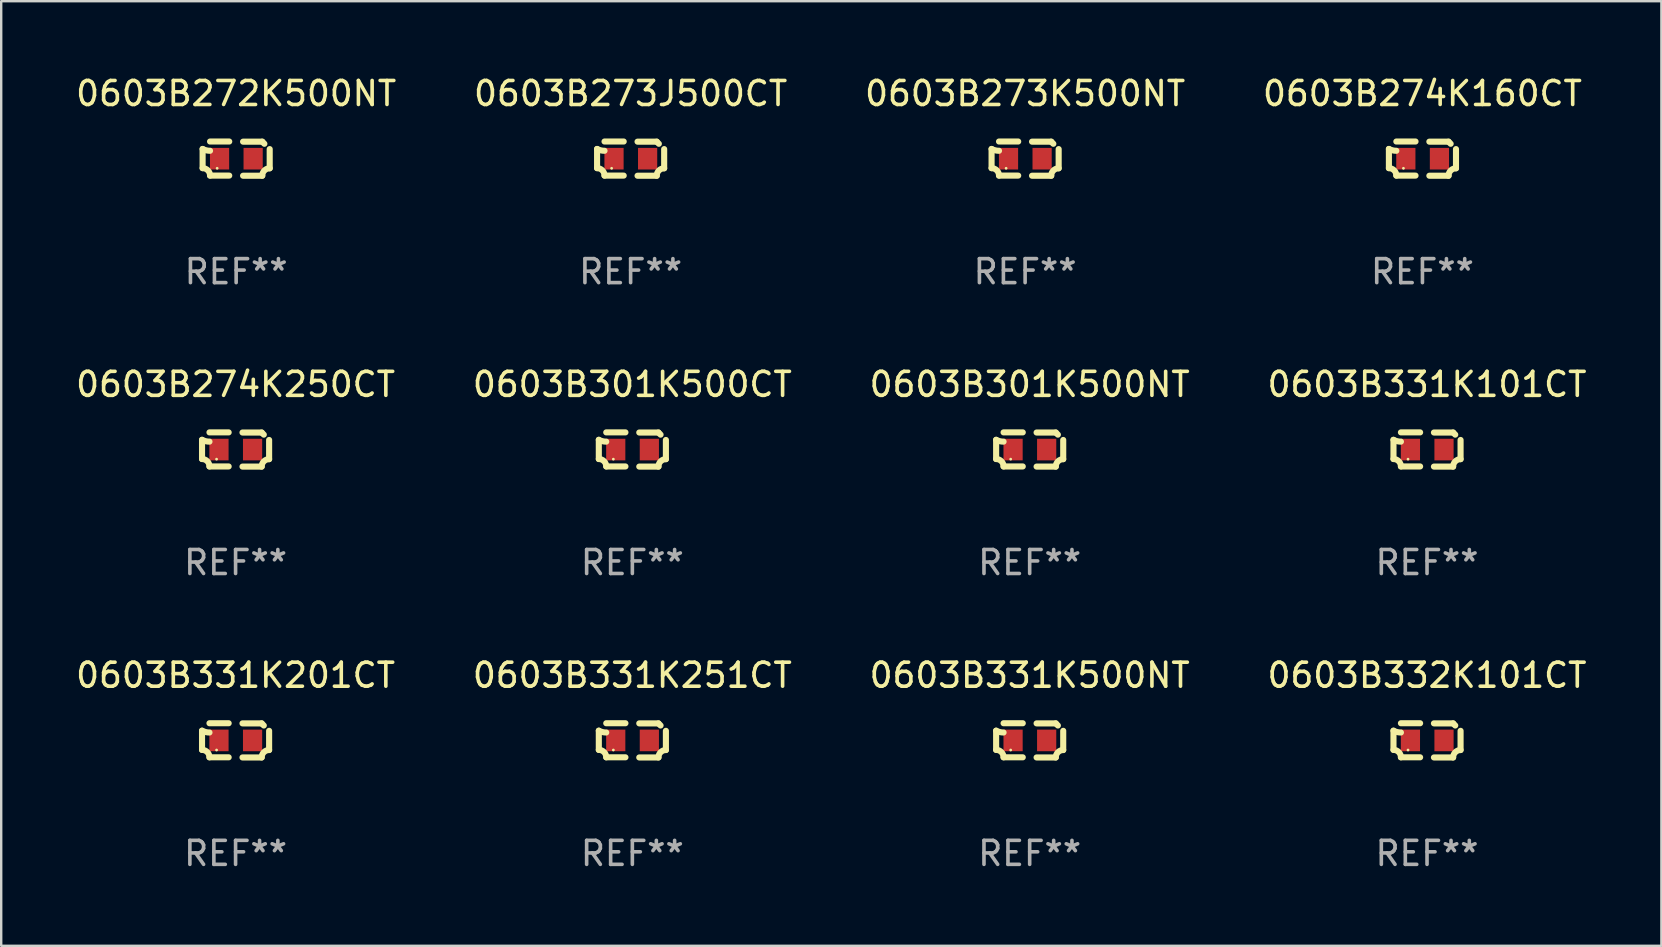
<source format=kicad_pcb>
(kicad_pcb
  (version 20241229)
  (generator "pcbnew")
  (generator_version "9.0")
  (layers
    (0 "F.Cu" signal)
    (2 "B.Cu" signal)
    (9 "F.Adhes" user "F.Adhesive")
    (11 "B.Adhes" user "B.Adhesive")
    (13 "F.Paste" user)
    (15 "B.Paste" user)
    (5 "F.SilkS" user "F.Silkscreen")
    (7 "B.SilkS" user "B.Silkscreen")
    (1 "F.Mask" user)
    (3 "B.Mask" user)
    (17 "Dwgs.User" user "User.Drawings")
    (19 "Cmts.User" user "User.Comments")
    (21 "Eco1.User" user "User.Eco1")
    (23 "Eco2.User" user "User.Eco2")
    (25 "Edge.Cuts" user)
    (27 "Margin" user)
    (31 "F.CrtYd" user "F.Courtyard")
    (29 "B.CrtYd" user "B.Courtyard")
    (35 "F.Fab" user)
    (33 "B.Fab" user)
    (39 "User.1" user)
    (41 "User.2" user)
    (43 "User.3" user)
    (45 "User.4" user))
  (footprint "0603B301K500CT"
    (layer "F.Cu")
    (at 23.304 15.683)
    (property "Reference" "0603B301K500CT" (at 0 -2.713 0) (layer "F.SilkS") (effects (font (size 1 1) (thickness 0.15))))
    (attr through_hole)
    (fp_line (start -1.398 -0.403) (end -1.398 0.397) (stroke (width 0.254) (type solid)) (layer "F.SilkS"))
    (fp_line (start -0.288 -0.713) (end -1.088 -0.713) (stroke (width 0.254) (type solid)) (layer "F.SilkS"))
    (fp_line (start -0.288 0.707) (end -1.088 0.707) (stroke (width 0.254) (type solid)) (layer "F.SilkS"))
    (fp_line (start 0.288 -0.707) (end 1.088 -0.707) (stroke (width 0.254) (type solid)) (layer "F.SilkS"))
    (fp_line (start 0.288 0.713) (end 1.088 0.713) (stroke (width 0.254) (type solid)) (layer "F.SilkS"))
    (fp_line (start 1.398 -0.397) (end 1.398 0.403) (stroke (width 0.254) (type solid)) (layer "F.SilkS"))
    (fp_arc (start -1.397789 0.397066) (mid -1.178701 0.487826) (end -1.08796 0.706922) (stroke (width 0.254001) (type solid)) (layer "F.SilkS"))
    (fp_arc (start -1.08796 -0.327176) (mid -1.247436 -0.346384) (end -1.39779 -0.402908) (stroke (width 0.254001) (type solid)) (layer "F.SilkS"))
    (fp_arc (start 1.087909 0.712738) (mid 1.178656 0.493655) (end 1.397739 0.402908) (stroke (width 0.254001) (type solid)) (layer "F.SilkS"))
    (fp_arc (start 1.175925 -0.618926) (mid 1.131917 -0.662923) (end 1.08791 -0.706922) (stroke (width 0.254001) (type solid)) (layer "F.SilkS"))
    (fp_circle (center -0.792 0.403) (end -0.762 0.403) (stroke (width 0.06) (type solid)) (fill no) (layer "F.SilkS"))
    (fp_text user "REF**" (at 0 4.713 0) (layer "F.Fab") (effects (font (size 1 1) (thickness 0.15))))
    (pad "1" smd rect (at -0.692 0.003) (size 0.8 0.9) (layers "F.Cu" "F.Mask" "F.Paste"))
    (pad "2" smd rect (at 0.708 0.003) (size 0.8 0.9) (layers "F.Cu" "F.Mask" "F.Paste")))
  (footprint "0603B274K160CT"
    (layer "F.Cu")
    (at 56.232 3.561)
    (property "Reference" "0603B274K160CT" (at 0 -2.713 0) (layer "F.SilkS") (effects (font (size 1 1) (thickness 0.15))))
    (attr through_hole)
    (fp_line (start -1.398 -0.403) (end -1.398 0.397) (stroke (width 0.254) (type solid)) (layer "F.SilkS"))
    (fp_line (start -0.288 -0.713) (end -1.088 -0.713) (stroke (width 0.254) (type solid)) (layer "F.SilkS"))
    (fp_line (start -0.288 0.707) (end -1.088 0.707) (stroke (width 0.254) (type solid)) (layer "F.SilkS"))
    (fp_line (start 0.288 -0.707) (end 1.088 -0.707) (stroke (width 0.254) (type solid)) (layer "F.SilkS"))
    (fp_line (start 0.288 0.713) (end 1.088 0.713) (stroke (width 0.254) (type solid)) (layer "F.SilkS"))
    (fp_line (start 1.398 -0.397) (end 1.398 0.403) (stroke (width 0.254) (type solid)) (layer "F.SilkS"))
    (fp_arc (start -1.397789 0.397066) (mid -1.178701 0.487826) (end -1.08796 0.706922) (stroke (width 0.254001) (type solid)) (layer "F.SilkS"))
    (fp_arc (start -1.08796 -0.327176) (mid -1.247436 -0.346384) (end -1.39779 -0.402908) (stroke (width 0.254001) (type solid)) (layer "F.SilkS"))
    (fp_arc (start 1.087909 0.712738) (mid 1.178656 0.493655) (end 1.397739 0.402908) (stroke (width 0.254001) (type solid)) (layer "F.SilkS"))
    (fp_arc (start 1.175925 -0.618926) (mid 1.131917 -0.662923) (end 1.08791 -0.706922) (stroke (width 0.254001) (type solid)) (layer "F.SilkS"))
    (fp_circle (center -0.792 0.403) (end -0.762 0.403) (stroke (width 0.06) (type solid)) (fill no) (layer "F.SilkS"))
    (fp_text user "REF**" (at 0 4.713 0) (layer "F.Fab") (effects (font (size 1 1) (thickness 0.15))))
    (pad "1" smd rect (at -0.692 0.003) (size 0.8 0.9) (layers "F.Cu" "F.Mask" "F.Paste"))
    (pad "2" smd rect (at 0.708 0.003) (size 0.8 0.9) (layers "F.Cu" "F.Mask" "F.Paste")))
  (footprint "0603B331K500NT"
    (layer "F.Cu")
    (at 39.863 27.805)
    (property "Reference" "0603B331K500NT" (at 0 -2.713 0) (layer "F.SilkS") (effects (font (size 1 1) (thickness 0.15))))
    (attr through_hole)
    (fp_line (start -1.398 -0.403) (end -1.398 0.397) (stroke (width 0.254) (type solid)) (layer "F.SilkS"))
    (fp_line (start -0.288 -0.713) (end -1.088 -0.713) (stroke (width 0.254) (type solid)) (layer "F.SilkS"))
    (fp_line (start -0.288 0.707) (end -1.088 0.707) (stroke (width 0.254) (type solid)) (layer "F.SilkS"))
    (fp_line (start 0.288 -0.707) (end 1.088 -0.707) (stroke (width 0.254) (type solid)) (layer "F.SilkS"))
    (fp_line (start 0.288 0.713) (end 1.088 0.713) (stroke (width 0.254) (type solid)) (layer "F.SilkS"))
    (fp_line (start 1.398 -0.397) (end 1.398 0.403) (stroke (width 0.254) (type solid)) (layer "F.SilkS"))
    (fp_arc (start -1.397789 0.397066) (mid -1.178701 0.487826) (end -1.08796 0.706922) (stroke (width 0.254001) (type solid)) (layer "F.SilkS"))
    (fp_arc (start -1.08796 -0.327176) (mid -1.247436 -0.346384) (end -1.39779 -0.402908) (stroke (width 0.254001) (type solid)) (layer "F.SilkS"))
    (fp_arc (start 1.087909 0.712738) (mid 1.178656 0.493655) (end 1.397739 0.402908) (stroke (width 0.254001) (type solid)) (layer "F.SilkS"))
    (fp_arc (start 1.175925 -0.618926) (mid 1.131917 -0.662923) (end 1.08791 -0.706922) (stroke (width 0.254001) (type solid)) (layer "F.SilkS"))
    (fp_circle (center -0.792 0.403) (end -0.762 0.403) (stroke (width 0.06) (type solid)) (fill no) (layer "F.SilkS"))
    (fp_text user "REF**" (at 0 4.713 0) (layer "F.Fab") (effects (font (size 1 1) (thickness 0.15))))
    (pad "1" smd rect (at -0.692 0.003) (size 0.8 0.9) (layers "F.Cu" "F.Mask" "F.Paste"))
    (pad "2" smd rect (at 0.708 0.003) (size 0.8 0.9) (layers "F.Cu" "F.Mask" "F.Paste")))
  (footprint "0603B272K500NT"
    (layer "F.Cu")
    (at 6.792 3.561)
    (property "Reference" "0603B272K500NT" (at 0 -2.713 0) (layer "F.SilkS") (effects (font (size 1 1) (thickness 0.15))))
    (attr through_hole)
    (fp_line (start -1.398 -0.403) (end -1.398 0.397) (stroke (width 0.254) (type solid)) (layer "F.SilkS"))
    (fp_line (start -0.288 -0.713) (end -1.088 -0.713) (stroke (width 0.254) (type solid)) (layer "F.SilkS"))
    (fp_line (start -0.288 0.707) (end -1.088 0.707) (stroke (width 0.254) (type solid)) (layer "F.SilkS"))
    (fp_line (start 0.288 -0.707) (end 1.088 -0.707) (stroke (width 0.254) (type solid)) (layer "F.SilkS"))
    (fp_line (start 0.288 0.713) (end 1.088 0.713) (stroke (width 0.254) (type solid)) (layer "F.SilkS"))
    (fp_line (start 1.398 -0.397) (end 1.398 0.403) (stroke (width 0.254) (type solid)) (layer "F.SilkS"))
    (fp_arc (start -1.397789 0.397066) (mid -1.178701 0.487826) (end -1.08796 0.706922) (stroke (width 0.254001) (type solid)) (layer "F.SilkS"))
    (fp_arc (start -1.08796 -0.327176) (mid -1.247436 -0.346384) (end -1.39779 -0.402908) (stroke (width 0.254001) (type solid)) (layer "F.SilkS"))
    (fp_arc (start 1.087909 0.712738) (mid 1.178656 0.493655) (end 1.397739 0.402908) (stroke (width 0.254001) (type solid)) (layer "F.SilkS"))
    (fp_arc (start 1.175925 -0.618926) (mid 1.131917 -0.662923) (end 1.08791 -0.706922) (stroke (width 0.254001) (type solid)) (layer "F.SilkS"))
    (fp_circle (center -0.792 0.403) (end -0.762 0.403) (stroke (width 0.06) (type solid)) (fill no) (layer "F.SilkS"))
    (fp_text user "REF**" (at 0 4.713 0) (layer "F.Fab") (effects (font (size 1 1) (thickness 0.15))))
    (pad "1" smd rect (at -0.692 0.003) (size 0.8 0.9) (layers "F.Cu" "F.Mask" "F.Paste"))
    (pad "2" smd rect (at 0.708 0.003) (size 0.8 0.9) (layers "F.Cu" "F.Mask" "F.Paste")))
  (footprint "0603B331K251CT"
    (layer "F.Cu")
    (at 23.304 27.805)
    (property "Reference" "0603B331K251CT" (at 0 -2.713 0) (layer "F.SilkS") (effects (font (size 1 1) (thickness 0.15))))
    (attr through_hole)
    (fp_line (start -1.398 -0.403) (end -1.398 0.397) (stroke (width 0.254) (type solid)) (layer "F.SilkS"))
    (fp_line (start -0.288 -0.713) (end -1.088 -0.713) (stroke (width 0.254) (type solid)) (layer "F.SilkS"))
    (fp_line (start -0.288 0.707) (end -1.088 0.707) (stroke (width 0.254) (type solid)) (layer "F.SilkS"))
    (fp_line (start 0.288 -0.707) (end 1.088 -0.707) (stroke (width 0.254) (type solid)) (layer "F.SilkS"))
    (fp_line (start 0.288 0.713) (end 1.088 0.713) (stroke (width 0.254) (type solid)) (layer "F.SilkS"))
    (fp_line (start 1.398 -0.397) (end 1.398 0.403) (stroke (width 0.254) (type solid)) (layer "F.SilkS"))
    (fp_arc (start -1.397789 0.397066) (mid -1.178701 0.487826) (end -1.08796 0.706922) (stroke (width 0.254001) (type solid)) (layer "F.SilkS"))
    (fp_arc (start -1.08796 -0.327176) (mid -1.247436 -0.346384) (end -1.39779 -0.402908) (stroke (width 0.254001) (type solid)) (layer "F.SilkS"))
    (fp_arc (start 1.087909 0.712738) (mid 1.178656 0.493655) (end 1.397739 0.402908) (stroke (width 0.254001) (type solid)) (layer "F.SilkS"))
    (fp_arc (start 1.175925 -0.618926) (mid 1.131917 -0.662923) (end 1.08791 -0.706922) (stroke (width 0.254001) (type solid)) (layer "F.SilkS"))
    (fp_circle (center -0.792 0.403) (end -0.762 0.403) (stroke (width 0.06) (type solid)) (fill no) (layer "F.SilkS"))
    (fp_text user "REF**" (at 0 4.713 0) (layer "F.Fab") (effects (font (size 1 1) (thickness 0.15))))
    (pad "1" smd rect (at -0.692 0.003) (size 0.8 0.9) (layers "F.Cu" "F.Mask" "F.Paste"))
    (pad "2" smd rect (at 0.708 0.003) (size 0.8 0.9) (layers "F.Cu" "F.Mask" "F.Paste")))
  (footprint "0603B331K201CT"
    (layer "F.Cu")
    (at 6.768 27.805)
    (property "Reference" "0603B331K201CT" (at 0 -2.713 0) (layer "F.SilkS") (effects (font (size 1 1) (thickness 0.15))))
    (attr through_hole)
    (fp_line (start -1.398 -0.403) (end -1.398 0.397) (stroke (width 0.254) (type solid)) (layer "F.SilkS"))
    (fp_line (start -0.288 -0.713) (end -1.088 -0.713) (stroke (width 0.254) (type solid)) (layer "F.SilkS"))
    (fp_line (start -0.288 0.707) (end -1.088 0.707) (stroke (width 0.254) (type solid)) (layer "F.SilkS"))
    (fp_line (start 0.288 -0.707) (end 1.088 -0.707) (stroke (width 0.254) (type solid)) (layer "F.SilkS"))
    (fp_line (start 0.288 0.713) (end 1.088 0.713) (stroke (width 0.254) (type solid)) (layer "F.SilkS"))
    (fp_line (start 1.398 -0.397) (end 1.398 0.403) (stroke (width 0.254) (type solid)) (layer "F.SilkS"))
    (fp_arc (start -1.397789 0.397066) (mid -1.178701 0.487826) (end -1.08796 0.706922) (stroke (width 0.254001) (type solid)) (layer "F.SilkS"))
    (fp_arc (start -1.08796 -0.327176) (mid -1.247436 -0.346384) (end -1.39779 -0.402908) (stroke (width 0.254001) (type solid)) (layer "F.SilkS"))
    (fp_arc (start 1.087909 0.712738) (mid 1.178656 0.493655) (end 1.397739 0.402908) (stroke (width 0.254001) (type solid)) (layer "F.SilkS"))
    (fp_arc (start 1.175925 -0.618926) (mid 1.131917 -0.662923) (end 1.08791 -0.706922) (stroke (width 0.254001) (type solid)) (layer "F.SilkS"))
    (fp_circle (center -0.792 0.403) (end -0.762 0.403) (stroke (width 0.06) (type solid)) (fill no) (layer "F.SilkS"))
    (fp_text user "REF**" (at 0 4.713 0) (layer "F.Fab") (effects (font (size 1 1) (thickness 0.15))))
    (pad "1" smd rect (at -0.692 0.003) (size 0.8 0.9) (layers "F.Cu" "F.Mask" "F.Paste"))
    (pad "2" smd rect (at 0.708 0.003) (size 0.8 0.9) (layers "F.Cu" "F.Mask" "F.Paste")))
  (footprint "0603B274K250CT"
    (layer "F.Cu")
    (at 6.768 15.683)
    (property "Reference" "0603B274K250CT" (at 0 -2.713 0) (layer "F.SilkS") (effects (font (size 1 1) (thickness 0.15))))
    (attr through_hole)
    (fp_line (start -1.398 -0.403) (end -1.398 0.397) (stroke (width 0.254) (type solid)) (layer "F.SilkS"))
    (fp_line (start -0.288 -0.713) (end -1.088 -0.713) (stroke (width 0.254) (type solid)) (layer "F.SilkS"))
    (fp_line (start -0.288 0.707) (end -1.088 0.707) (stroke (width 0.254) (type solid)) (layer "F.SilkS"))
    (fp_line (start 0.288 -0.707) (end 1.088 -0.707) (stroke (width 0.254) (type solid)) (layer "F.SilkS"))
    (fp_line (start 0.288 0.713) (end 1.088 0.713) (stroke (width 0.254) (type solid)) (layer "F.SilkS"))
    (fp_line (start 1.398 -0.397) (end 1.398 0.403) (stroke (width 0.254) (type solid)) (layer "F.SilkS"))
    (fp_arc (start -1.397789 0.397066) (mid -1.178701 0.487826) (end -1.08796 0.706922) (stroke (width 0.254001) (type solid)) (layer "F.SilkS"))
    (fp_arc (start -1.08796 -0.327176) (mid -1.247436 -0.346384) (end -1.39779 -0.402908) (stroke (width 0.254001) (type solid)) (layer "F.SilkS"))
    (fp_arc (start 1.087909 0.712738) (mid 1.178656 0.493655) (end 1.397739 0.402908) (stroke (width 0.254001) (type solid)) (layer "F.SilkS"))
    (fp_arc (start 1.175925 -0.618926) (mid 1.131917 -0.662923) (end 1.08791 -0.706922) (stroke (width 0.254001) (type solid)) (layer "F.SilkS"))
    (fp_circle (center -0.792 0.403) (end -0.762 0.403) (stroke (width 0.06) (type solid)) (fill no) (layer "F.SilkS"))
    (fp_text user "REF**" (at 0 4.713 0) (layer "F.Fab") (effects (font (size 1 1) (thickness 0.15))))
    (pad "1" smd rect (at -0.692 0.003) (size 0.8 0.9) (layers "F.Cu" "F.Mask" "F.Paste"))
    (pad "2" smd rect (at 0.708 0.003) (size 0.8 0.9) (layers "F.Cu" "F.Mask" "F.Paste")))
  (footprint "0603B331K101CT"
    (layer "F.Cu")
    (at 56.423 15.683)
    (property "Reference" "0603B331K101CT" (at 0 -2.713 0) (layer "F.SilkS") (effects (font (size 1 1) (thickness 0.15))))
    (attr through_hole)
    (fp_line (start -1.398 -0.403) (end -1.398 0.397) (stroke (width 0.254) (type solid)) (layer "F.SilkS"))
    (fp_line (start -0.288 -0.713) (end -1.088 -0.713) (stroke (width 0.254) (type solid)) (layer "F.SilkS"))
    (fp_line (start -0.288 0.707) (end -1.088 0.707) (stroke (width 0.254) (type solid)) (layer "F.SilkS"))
    (fp_line (start 0.288 -0.707) (end 1.088 -0.707) (stroke (width 0.254) (type solid)) (layer "F.SilkS"))
    (fp_line (start 0.288 0.713) (end 1.088 0.713) (stroke (width 0.254) (type solid)) (layer "F.SilkS"))
    (fp_line (start 1.398 -0.397) (end 1.398 0.403) (stroke (width 0.254) (type solid)) (layer "F.SilkS"))
    (fp_arc (start -1.397789 0.397066) (mid -1.178701 0.487826) (end -1.08796 0.706922) (stroke (width 0.254001) (type solid)) (layer "F.SilkS"))
    (fp_arc (start -1.08796 -0.327176) (mid -1.247436 -0.346384) (end -1.39779 -0.402908) (stroke (width 0.254001) (type solid)) (layer "F.SilkS"))
    (fp_arc (start 1.087909 0.712738) (mid 1.178656 0.493655) (end 1.397739 0.402908) (stroke (width 0.254001) (type solid)) (layer "F.SilkS"))
    (fp_arc (start 1.175925 -0.618926) (mid 1.131917 -0.662923) (end 1.08791 -0.706922) (stroke (width 0.254001) (type solid)) (layer "F.SilkS"))
    (fp_circle (center -0.792 0.403) (end -0.762 0.403) (stroke (width 0.06) (type solid)) (fill no) (layer "F.SilkS"))
    (fp_text user "REF**" (at 0 4.713 0) (layer "F.Fab") (effects (font (size 1 1) (thickness 0.15))))
    (pad "1" smd rect (at -0.692 0.003) (size 0.8 0.9) (layers "F.Cu" "F.Mask" "F.Paste"))
    (pad "2" smd rect (at 0.708 0.003) (size 0.8 0.9) (layers "F.Cu" "F.Mask" "F.Paste")))
  (footprint "0603B332K101CT"
    (layer "F.Cu")
    (at 56.423 27.805)
    (property "Reference" "0603B332K101CT" (at 0 -2.713 0) (layer "F.SilkS") (effects (font (size 1 1) (thickness 0.15))))
    (attr through_hole)
    (fp_line (start -1.398 -0.403) (end -1.398 0.397) (stroke (width 0.254) (type solid)) (layer "F.SilkS"))
    (fp_line (start -0.288 -0.713) (end -1.088 -0.713) (stroke (width 0.254) (type solid)) (layer "F.SilkS"))
    (fp_line (start -0.288 0.707) (end -1.088 0.707) (stroke (width 0.254) (type solid)) (layer "F.SilkS"))
    (fp_line (start 0.288 -0.707) (end 1.088 -0.707) (stroke (width 0.254) (type solid)) (layer "F.SilkS"))
    (fp_line (start 0.288 0.713) (end 1.088 0.713) (stroke (width 0.254) (type solid)) (layer "F.SilkS"))
    (fp_line (start 1.398 -0.397) (end 1.398 0.403) (stroke (width 0.254) (type solid)) (layer "F.SilkS"))
    (fp_arc (start -1.397789 0.397066) (mid -1.178701 0.487826) (end -1.08796 0.706922) (stroke (width 0.254001) (type solid)) (layer "F.SilkS"))
    (fp_arc (start -1.08796 -0.327176) (mid -1.247436 -0.346384) (end -1.39779 -0.402908) (stroke (width 0.254001) (type solid)) (layer "F.SilkS"))
    (fp_arc (start 1.087909 0.712738) (mid 1.178656 0.493655) (end 1.397739 0.402908) (stroke (width 0.254001) (type solid)) (layer "F.SilkS"))
    (fp_arc (start 1.175925 -0.618926) (mid 1.131917 -0.662923) (end 1.08791 -0.706922) (stroke (width 0.254001) (type solid)) (layer "F.SilkS"))
    (fp_circle (center -0.792 0.403) (end -0.762 0.403) (stroke (width 0.06) (type solid)) (fill no) (layer "F.SilkS"))
    (fp_text user "REF**" (at 0 4.713 0) (layer "F.Fab") (effects (font (size 1 1) (thickness 0.15))))
    (pad "1" smd rect (at -0.692 0.003) (size 0.8 0.9) (layers "F.Cu" "F.Mask" "F.Paste"))
    (pad "2" smd rect (at 0.708 0.003) (size 0.8 0.9) (layers "F.Cu" "F.Mask" "F.Paste")))
  (footprint "0603B273J500CT"
    (layer "F.Cu")
    (at 23.232 3.561)
    (property "Reference" "0603B273J500CT" (at 0 -2.713 0) (layer "F.SilkS") (effects (font (size 1 1) (thickness 0.15))))
    (attr through_hole)
    (fp_line (start -1.398 -0.403) (end -1.398 0.397) (stroke (width 0.254) (type solid)) (layer "F.SilkS"))
    (fp_line (start -0.288 -0.713) (end -1.088 -0.713) (stroke (width 0.254) (type solid)) (layer "F.SilkS"))
    (fp_line (start -0.288 0.707) (end -1.088 0.707) (stroke (width 0.254) (type solid)) (layer "F.SilkS"))
    (fp_line (start 0.288 -0.707) (end 1.088 -0.707) (stroke (width 0.254) (type solid)) (layer "F.SilkS"))
    (fp_line (start 0.288 0.713) (end 1.088 0.713) (stroke (width 0.254) (type solid)) (layer "F.SilkS"))
    (fp_line (start 1.398 -0.397) (end 1.398 0.403) (stroke (width 0.254) (type solid)) (layer "F.SilkS"))
    (fp_arc (start -1.397789 0.397066) (mid -1.178701 0.487826) (end -1.08796 0.706922) (stroke (width 0.254001) (type solid)) (layer "F.SilkS"))
    (fp_arc (start -1.08796 -0.327176) (mid -1.247436 -0.346384) (end -1.39779 -0.402908) (stroke (width 0.254001) (type solid)) (layer "F.SilkS"))
    (fp_arc (start 1.087909 0.712738) (mid 1.178656 0.493655) (end 1.397739 0.402908) (stroke (width 0.254001) (type solid)) (layer "F.SilkS"))
    (fp_arc (start 1.175925 -0.618926) (mid 1.131917 -0.662923) (end 1.08791 -0.706922) (stroke (width 0.254001) (type solid)) (layer "F.SilkS"))
    (fp_circle (center -0.792 0.403) (end -0.762 0.403) (stroke (width 0.06) (type solid)) (fill no) (layer "F.SilkS"))
    (fp_text user "REF**" (at 0 4.713 0) (layer "F.Fab") (effects (font (size 1 1) (thickness 0.15))))
    (pad "1" smd rect (at -0.692 0.003) (size 0.8 0.9) (layers "F.Cu" "F.Mask" "F.Paste"))
    (pad "2" smd rect (at 0.708 0.003) (size 0.8 0.9) (layers "F.Cu" "F.Mask" "F.Paste")))
  (footprint "0603B301K500NT"
    (layer "F.Cu")
    (at 39.863 15.683)
    (property "Reference" "0603B301K500NT" (at 0 -2.713 0) (layer "F.SilkS") (effects (font (size 1 1) (thickness 0.15))))
    (attr through_hole)
    (fp_line (start -1.398 -0.403) (end -1.398 0.397) (stroke (width 0.254) (type solid)) (layer "F.SilkS"))
    (fp_line (start -0.288 -0.713) (end -1.088 -0.713) (stroke (width 0.254) (type solid)) (layer "F.SilkS"))
    (fp_line (start -0.288 0.707) (end -1.088 0.707) (stroke (width 0.254) (type solid)) (layer "F.SilkS"))
    (fp_line (start 0.288 -0.707) (end 1.088 -0.707) (stroke (width 0.254) (type solid)) (layer "F.SilkS"))
    (fp_line (start 0.288 0.713) (end 1.088 0.713) (stroke (width 0.254) (type solid)) (layer "F.SilkS"))
    (fp_line (start 1.398 -0.397) (end 1.398 0.403) (stroke (width 0.254) (type solid)) (layer "F.SilkS"))
    (fp_arc (start -1.397789 0.397066) (mid -1.178701 0.487826) (end -1.08796 0.706922) (stroke (width 0.254001) (type solid)) (layer "F.SilkS"))
    (fp_arc (start -1.08796 -0.327176) (mid -1.247436 -0.346384) (end -1.39779 -0.402908) (stroke (width 0.254001) (type solid)) (layer "F.SilkS"))
    (fp_arc (start 1.087909 0.712738) (mid 1.178656 0.493655) (end 1.397739 0.402908) (stroke (width 0.254001) (type solid)) (layer "F.SilkS"))
    (fp_arc (start 1.175925 -0.618926) (mid 1.131917 -0.662923) (end 1.08791 -0.706922) (stroke (width 0.254001) (type solid)) (layer "F.SilkS"))
    (fp_circle (center -0.792 0.403) (end -0.762 0.403) (stroke (width 0.06) (type solid)) (fill no) (layer "F.SilkS"))
    (fp_text user "REF**" (at 0 4.713 0) (layer "F.Fab") (effects (font (size 1 1) (thickness 0.15))))
    (pad "1" smd rect (at -0.692 0.003) (size 0.8 0.9) (layers "F.Cu" "F.Mask" "F.Paste"))
    (pad "2" smd rect (at 0.708 0.003) (size 0.8 0.9) (layers "F.Cu" "F.Mask" "F.Paste")))
  (footprint "0603B273K500NT"
    (layer "F.Cu")
    (at 39.673 3.561)
    (property "Reference" "0603B273K500NT" (at 0 -2.713 0) (layer "F.SilkS") (effects (font (size 1 1) (thickness 0.15))))
    (attr through_hole)
    (fp_line (start -1.398 -0.403) (end -1.398 0.397) (stroke (width 0.254) (type solid)) (layer "F.SilkS"))
    (fp_line (start -0.288 -0.713) (end -1.088 -0.713) (stroke (width 0.254) (type solid)) (layer "F.SilkS"))
    (fp_line (start -0.288 0.707) (end -1.088 0.707) (stroke (width 0.254) (type solid)) (layer "F.SilkS"))
    (fp_line (start 0.288 -0.707) (end 1.088 -0.707) (stroke (width 0.254) (type solid)) (layer "F.SilkS"))
    (fp_line (start 0.288 0.713) (end 1.088 0.713) (stroke (width 0.254) (type solid)) (layer "F.SilkS"))
    (fp_line (start 1.398 -0.397) (end 1.398 0.403) (stroke (width 0.254) (type solid)) (layer "F.SilkS"))
    (fp_arc (start -1.397789 0.397066) (mid -1.178701 0.487826) (end -1.08796 0.706922) (stroke (width 0.254001) (type solid)) (layer "F.SilkS"))
    (fp_arc (start -1.08796 -0.327176) (mid -1.247436 -0.346384) (end -1.39779 -0.402908) (stroke (width 0.254001) (type solid)) (layer "F.SilkS"))
    (fp_arc (start 1.087909 0.712738) (mid 1.178656 0.493655) (end 1.397739 0.402908) (stroke (width 0.254001) (type solid)) (layer "F.SilkS"))
    (fp_arc (start 1.175925 -0.618926) (mid 1.131917 -0.662923) (end 1.08791 -0.706922) (stroke (width 0.254001) (type solid)) (layer "F.SilkS"))
    (fp_circle (center -0.792 0.403) (end -0.762 0.403) (stroke (width 0.06) (type solid)) (fill no) (layer "F.SilkS"))
    (fp_text user "REF**" (at 0 4.713 0) (layer "F.Fab") (effects (font (size 1 1) (thickness 0.15))))
    (pad "1" smd rect (at -0.692 0.003) (size 0.8 0.9) (layers "F.Cu" "F.Mask" "F.Paste"))
    (pad "2" smd rect (at 0.708 0.003) (size 0.8 0.9) (layers "F.Cu" "F.Mask" "F.Paste")))
  (gr_rect
    (start -3 -3)
    (end 66.19 36.366)
    (stroke (width 0.1) (type default))
    (fill no)
    (layer "Edge.Cuts")))
</source>
